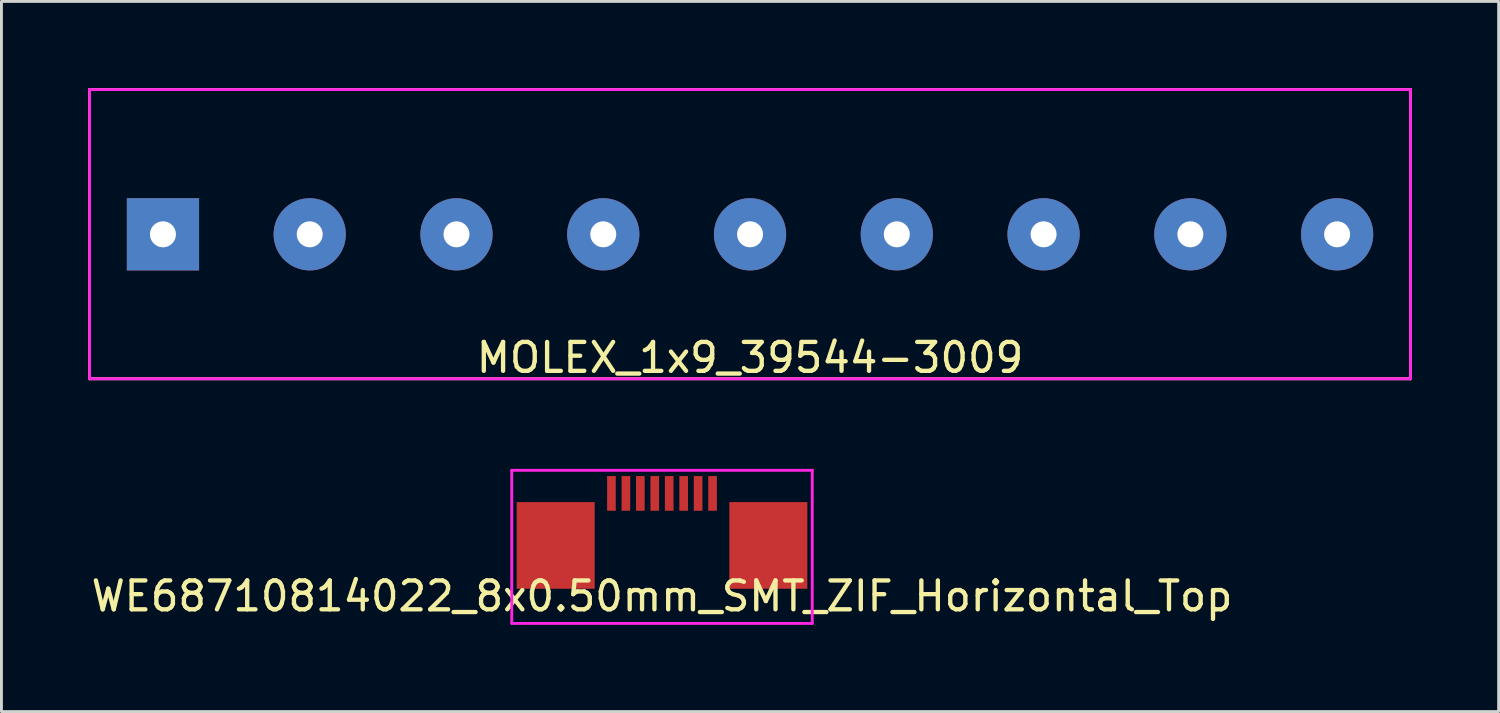
<source format=kicad_pcb>
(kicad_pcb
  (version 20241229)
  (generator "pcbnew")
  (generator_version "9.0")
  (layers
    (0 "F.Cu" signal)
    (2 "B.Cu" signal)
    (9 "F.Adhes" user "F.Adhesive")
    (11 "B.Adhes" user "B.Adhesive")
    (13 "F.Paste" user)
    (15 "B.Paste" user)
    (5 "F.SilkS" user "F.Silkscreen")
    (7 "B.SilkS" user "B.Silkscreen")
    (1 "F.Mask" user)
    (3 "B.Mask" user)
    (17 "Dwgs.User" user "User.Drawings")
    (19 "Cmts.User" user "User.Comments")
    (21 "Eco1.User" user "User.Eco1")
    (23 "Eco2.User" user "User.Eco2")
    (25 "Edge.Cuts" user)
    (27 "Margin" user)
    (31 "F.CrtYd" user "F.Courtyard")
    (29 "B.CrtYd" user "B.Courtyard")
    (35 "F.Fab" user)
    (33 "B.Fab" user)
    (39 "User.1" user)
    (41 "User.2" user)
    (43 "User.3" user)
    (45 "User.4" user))
  (footprint "WE68710814022_8x0.50mm_SMT_ZIF_Horizontal_Top"
    (layer "F.Cu")
    (at 19.863 14.028)
    (property "Reference" "WE68710814022_8x0.50mm_SMT_ZIF_Horizontal_Top" (at 0 3.556 0) (layer "F.SilkS") (effects (font (size 1 1) (thickness 0.15))))
    (attr through_hole)
    (fp_line (start -5.2 -0.8) (end 5.2 -0.8) (stroke (width 0.1) (type solid)) (layer "F.CrtYd"))
    (fp_line (start -5.2 4.5) (end -5.2 -0.8) (stroke (width 0.1) (type solid)) (layer "F.CrtYd"))
    (fp_line (start -5.2 4.5) (end 5.2 4.5) (stroke (width 0.1) (type solid)) (layer "F.CrtYd"))
    (fp_line (start 5.2 4.5) (end 5.2 -0.8) (stroke (width 0.1) (type solid)) (layer "F.CrtYd"))
    (pad "1" smd rect (at -1.75 0) (size 0.3 1.2) (layers "F.Cu" "F.Mask" "F.Paste"))
    (pad "2" smd rect (at -1.25 0) (size 0.3 1.2) (layers "F.Cu" "F.Mask" "F.Paste"))
    (pad "3" smd rect (at -0.75 0) (size 0.3 1.2) (layers "F.Cu" "F.Mask" "F.Paste"))
    (pad "4" smd rect (at -0.25 0) (size 0.3 1.2) (layers "F.Cu" "F.Mask" "F.Paste"))
    (pad "5" smd rect (at 0.25 0) (size 0.3 1.2) (layers "F.Cu" "F.Mask" "F.Paste"))
    (pad "6" smd rect (at 0.75 0) (size 0.3 1.2) (layers "F.Cu" "F.Mask" "F.Paste"))
    (pad "7" smd rect (at 1.25 0) (size 0.3 1.2) (layers "F.Cu" "F.Mask" "F.Paste"))
    (pad "8" smd rect (at 1.75 0) (size 0.3 1.2) (layers "F.Cu" "F.Mask" "F.Paste"))
    (pad "~" smd rect (at -3.68 1.8) (size 2.7 3) (layers "F.Cu" "F.Mask" "F.Paste"))
    (pad "~" smd rect (at 3.68 1.8) (size 2.7 3) (layers "F.Cu" "F.Mask" "F.Paste")))
  (footprint "MOLEX_1x9_39544-3009"
    (layer "F.Cu")
    (at 2.59 5.06)
    (property "Reference" "MOLEX_1x9_39544-3009" (at 20.32 4.27 0) (layer "F.SilkS") (effects (font (size 1 1) (thickness 0.15))))
    (attr through_hole)
    (fp_line (start -2.54 -5.01) (end -2.54 5) (stroke (width 0.1) (type solid)) (layer "F.SilkS"))
    (fp_line (start -2.54 5) (end 43.18 5) (stroke (width 0.1) (type solid)) (layer "F.SilkS"))
    (fp_line (start 43.18 -5.01) (end -2.54 -5.01) (stroke (width 0.1) (type solid)) (layer "F.SilkS"))
    (fp_line (start 43.18 5) (end 43.18 -5.01) (stroke (width 0.1) (type solid)) (layer "F.SilkS"))
    (fp_line (start -2.54 -5.01) (end -2.54 -0.01) (stroke (width 0.1) (type solid)) (layer "F.CrtYd"))
    (fp_line (start -2.54 0) (end -2.54 5) (stroke (width 0.1) (type solid)) (layer "F.CrtYd"))
    (fp_line (start -2.54 5) (end 43.18 5) (stroke (width 0.1) (type solid)) (layer "F.CrtYd"))
    (fp_line (start 43.18 -5.01) (end -2.54 -5.01) (stroke (width 0.1) (type solid)) (layer "F.CrtYd"))
    (fp_line (start 43.18 -0.01) (end 43.18 -5.01) (stroke (width 0.1) (type solid)) (layer "F.CrtYd"))
    (fp_line (start 43.18 5) (end 43.18 0) (stroke (width 0.1) (type solid)) (layer "F.CrtYd"))
    (pad "1" thru_hole rect (at 0 0) (size 2.5 2.5) (drill 0.9) (layers "*.Cu" "*.Mask"))
    (pad "2" thru_hole circle (at 5.08 0) (size 2.5 2.5) (drill 0.9) (layers "*.Cu" "*.Mask"))
    (pad "3" thru_hole circle (at 10.16 0) (size 2.5 2.5) (drill 0.9) (layers "*.Cu" "*.Mask"))
    (pad "4" thru_hole circle (at 15.24 0) (size 2.5 2.5) (drill 0.9) (layers "*.Cu" "*.Mask"))
    (pad "5" thru_hole circle (at 20.32 0) (size 2.5 2.5) (drill 0.9) (layers "*.Cu" "*.Mask"))
    (pad "6" thru_hole circle (at 25.4 0) (size 2.5 2.5) (drill 0.9) (layers "*.Cu" "*.Mask"))
    (pad "7" thru_hole circle (at 30.48 0) (size 2.5 2.5) (drill 0.9) (layers "*.Cu" "*.Mask"))
    (pad "8" thru_hole circle (at 35.56 0) (size 2.5 2.5) (drill 0.9) (layers "*.Cu" "*.Mask"))
    (pad "9" thru_hole circle (at 40.64 0) (size 2.5 2.5) (drill 0.9) (layers "*.Cu" "*.Mask")))
  (gr_rect
    (start -3 -3)
    (end 48.82 21.578)
    (stroke (width 0.1) (type default))
    (fill no)
    (layer "Edge.Cuts")))
</source>
